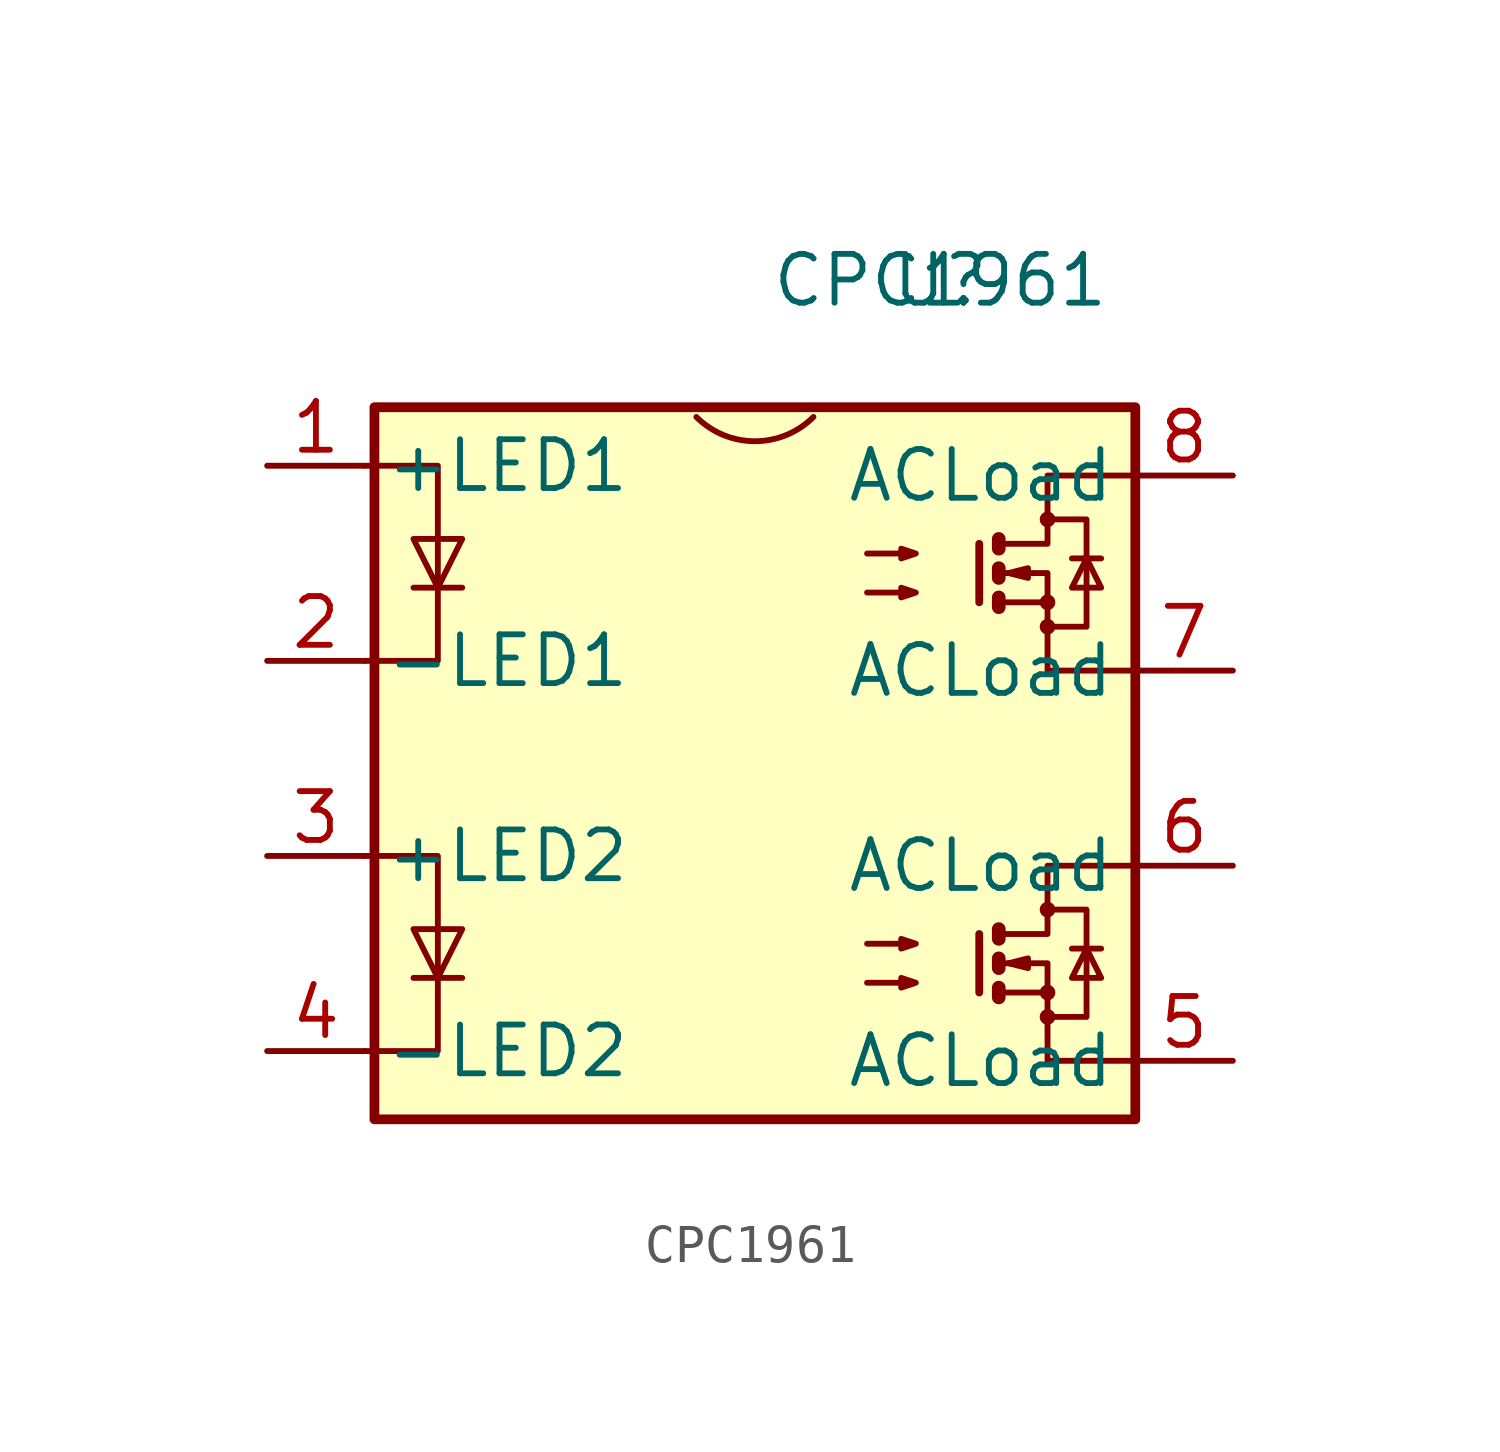
<source format=kicad_sym>
(kicad_symbol_lib
  (version 20211014)
  (generator kicad_symbol_editor)
  (symbol "CPC1961"
    (property "Reference" "U"
      (at 0 0 0)
      (effects (font (size 1.27 1.27))))
    (property "Value" "CPC1961"
      (at 0 0 0)
      (effects (font (size 1.27 1.27))))
    (symbol "CPC1961_0_1"
      (rectangle (start -14.732 -3.302) (end 5.08 -21.844) (stroke (width 0.254) (type default) (color 0 0 0 0)) (fill (type background)))
      (arc (start -6.35 -3.5561) (mid -4.826 -4.1873) (end -3.302 -3.5561) (stroke (width 0) (type default) (color 0 0 0 0)) (fill (type none)))
      (polyline (pts (xy -13.716 -18.161) (xy -12.446 -18.161)) (stroke (width 0) (type default) (color 0 0 0 0)) (fill (type none)))
      (polyline (pts (xy -13.716 -8.001) (xy -12.446 -8.001)) (stroke (width 0) (type default) (color 0 0 0 0)) (fill (type none)))
      (polyline (pts (xy 1.016 -17.018) (xy 1.016 -18.542)) (stroke (width 0.203) (type default) (color 0 0 0 0)) (fill (type none)))
      (polyline (pts (xy 1.016 -6.858) (xy 1.016 -8.382)) (stroke (width 0.203) (type default) (color 0 0 0 0)) (fill (type none)))
      (polyline (pts (xy 1.524 -18.542) (xy 2.794 -18.542)) (stroke (width 0) (type default) (color 0 0 0 0)) (fill (type none)))
      (polyline (pts (xy 1.524 -8.382) (xy 2.794 -8.382)) (stroke (width 0) (type default) (color 0 0 0 0)) (fill (type none)))
      (polyline (pts (xy 3.429 -17.399) (xy 4.191 -17.399)) (stroke (width 0) (type default) (color 0 0 0 0)) (fill (type none)))
      (polyline (pts (xy 3.429 -7.239) (xy 4.191 -7.239)) (stroke (width 0) (type default) (color 0 0 0 0)) (fill (type none)))
      (polyline (pts (xy 1.524 -18.415) (xy 1.524 -18.669) (xy 1.524 -18.669)) (stroke (width 0.356) (type default) (color 0 0 0 0)) (fill (type none)))
      (polyline (pts (xy 1.524 -17.653) (xy 1.524 -17.907) (xy 1.524 -17.907)) (stroke (width 0.356) (type default) (color 0 0 0 0)) (fill (type none)))
      (polyline (pts (xy 1.524 -16.891) (xy 1.524 -17.145) (xy 1.524 -17.145)) (stroke (width 0.356) (type default) (color 0 0 0 0)) (fill (type none)))
      (polyline (pts (xy 1.524 -8.255) (xy 1.524 -8.509) (xy 1.524 -8.509)) (stroke (width 0.356) (type default) (color 0 0 0 0)) (fill (type none)))
      (polyline (pts (xy 1.524 -7.493) (xy 1.524 -7.747) (xy 1.524 -7.747)) (stroke (width 0.356) (type default) (color 0 0 0 0)) (fill (type none)))
      (polyline (pts (xy 1.524 -6.731) (xy 1.524 -6.985) (xy 1.524 -6.985)) (stroke (width 0.356) (type default) (color 0 0 0 0)) (fill (type none)))
      (polyline (pts (xy -14.986 -14.986) (xy -13.081 -14.986) (xy -13.081 -20.066) (xy -14.986 -20.066)) (stroke (width 0) (type default) (color 0 0 0 0)) (fill (type none)))
      (polyline (pts (xy -14.986 -4.826) (xy -13.081 -4.826) (xy -13.081 -9.906) (xy -14.986 -9.906)) (stroke (width 0) (type default) (color 0 0 0 0)) (fill (type none)))
      (polyline (pts (xy -13.081 -18.161) (xy -13.716 -16.891) (xy -12.446 -16.891) (xy -13.081 -18.161)) (stroke (width 0) (type default) (color 0 0 0 0)) (fill (type none)))
      (polyline (pts (xy -13.081 -8.001) (xy -13.716 -6.731) (xy -12.446 -6.731) (xy -13.081 -8.001)) (stroke (width 0) (type default) (color 0 0 0 0)) (fill (type none)))
      (polyline (pts (xy 1.524 -17.78) (xy 2.794 -17.78) (xy 2.794 -20.32) (xy 5.08 -20.32)) (stroke (width 0) (type default) (color 0 0 0 0)) (fill (type none)))
      (polyline (pts (xy 1.524 -17.018) (xy 2.794 -17.018) (xy 2.794 -15.24) (xy 5.08 -15.24)) (stroke (width 0) (type default) (color 0 0 0 0)) (fill (type none)))
      (polyline (pts (xy 1.524 -7.62) (xy 2.794 -7.62) (xy 2.794 -10.16) (xy 5.08 -10.16)) (stroke (width 0) (type default) (color 0 0 0 0)) (fill (type none)))
      (polyline (pts (xy 1.524 -6.858) (xy 2.794 -6.858) (xy 2.794 -5.08) (xy 5.08 -5.08)) (stroke (width 0) (type default) (color 0 0 0 0)) (fill (type none)))
      (polyline (pts (xy 1.778 -17.78) (xy 2.286 -17.653) (xy 2.286 -17.907) (xy 1.778 -17.78)) (stroke (width 0) (type default) (color 0 0 0 0)) (fill (type none)))
      (polyline (pts (xy 1.778 -7.62) (xy 2.286 -7.493) (xy 2.286 -7.747) (xy 1.778 -7.62)) (stroke (width 0) (type default) (color 0 0 0 0)) (fill (type none)))
      (polyline (pts (xy 2.794 -19.177) (xy 3.81 -19.177) (xy 3.81 -16.383) (xy 2.794 -16.383)) (stroke (width 0) (type default) (color 0 0 0 0)) (fill (type none)))
      (polyline (pts (xy 2.794 -9.017) (xy 3.81 -9.017) (xy 3.81 -6.223) (xy 2.794 -6.223)) (stroke (width 0) (type default) (color 0 0 0 0)) (fill (type none)))
      (polyline (pts (xy 3.81 -17.399) (xy 3.429 -18.161) (xy 4.191 -18.161) (xy 3.81 -17.399)) (stroke (width 0) (type default) (color 0 0 0 0)) (fill (type none)))
      (polyline (pts (xy 3.81 -7.239) (xy 3.429 -8.001) (xy 4.191 -8.001) (xy 3.81 -7.239)) (stroke (width 0) (type default) (color 0 0 0 0)) (fill (type none)))
      (polyline (pts (xy -1.905 -18.288) (xy -0.635 -18.288) (xy -1.016 -18.415) (xy -1.016 -18.161) (xy -0.635 -18.288)) (stroke (width 0) (type default) (color 0 0 0 0)) (fill (type none)))
      (polyline (pts (xy -1.905 -17.272) (xy -0.635 -17.272) (xy -1.016 -17.399) (xy -1.016 -17.145) (xy -0.635 -17.272)) (stroke (width 0) (type default) (color 0 0 0 0)) (fill (type none)))
      (polyline (pts (xy -1.905 -8.128) (xy -0.635 -8.128) (xy -1.016 -8.255) (xy -1.016 -8.001) (xy -0.635 -8.128)) (stroke (width 0) (type default) (color 0 0 0 0)) (fill (type none)))
      (polyline (pts (xy -1.905 -7.112) (xy -0.635 -7.112) (xy -1.016 -7.239) (xy -1.016 -6.985) (xy -0.635 -7.112)) (stroke (width 0) (type default) (color 0 0 0 0)) (fill (type none)))
      (circle (center 2.794 -19.177) (radius 0.127) (stroke (width 0) (type default) (color 0 0 0 0)) (fill (type none)))
      (circle (center 2.794 -18.542) (radius 0.127) (stroke (width 0) (type default) (color 0 0 0 0)) (fill (type none)))
      (circle (center 2.794 -16.383) (radius 0.127) (stroke (width 0) (type default) (color 0 0 0 0)) (fill (type none)))
      (circle (center 2.794 -9.017) (radius 0.127) (stroke (width 0) (type default) (color 0 0 0 0)) (fill (type none)))
      (circle (center 2.794 -8.382) (radius 0.127) (stroke (width 0) (type default) (color 0 0 0 0)) (fill (type none)))
      (circle (center 2.794 -6.223) (radius 0.127) (stroke (width 0) (type default) (color 0 0 0 0)) (fill (type none))))
    (symbol "CPC1961_1_1"
      (pin input line (at -17.526 -4.826 0) (length 2.54) (name "+LED1" (effects (font (size 1.27 1.27)))) (number "1" (effects (font (size 1.27 1.27)))))
      (pin output line (at -17.526 -9.906 0) (length 2.54) (name "-LED1" (effects (font (size 1.27 1.27)))) (number "2" (effects (font (size 1.27 1.27)))))
      (pin input line (at -17.526 -14.986 0) (length 2.54) (name "+LED2" (effects (font (size 1.27 1.27)))) (number "3" (effects (font (size 1.27 1.27)))))
      (pin output line (at -17.526 -20.066 0) (length 2.54) (name "-LED2" (effects (font (size 1.27 1.27)))) (number "4" (effects (font (size 1.27 1.27)))))
      (pin bidirectional line (at 7.62 -20.32 180) (length 2.54) (name "ACLoad" (effects (font (size 1.27 1.27)))) (number "5" (effects (font (size 1.27 1.27)))))
      (pin bidirectional line (at 7.62 -15.24 180) (length 2.54) (name "ACLoad" (effects (font (size 1.27 1.27)))) (number "6" (effects (font (size 1.27 1.27)))))
      (pin bidirectional line (at 7.62 -10.16 180) (length 2.54) (name "ACLoad" (effects (font (size 1.27 1.27)))) (number "7" (effects (font (size 1.27 1.27)))))
      (pin bidirectional line (at 7.62 -5.08 180) (length 2.54) (name "ACLoad" (effects (font (size 1.27 1.27)))) (number "8" (effects (font (size 1.27 1.27))))))))
</source>
